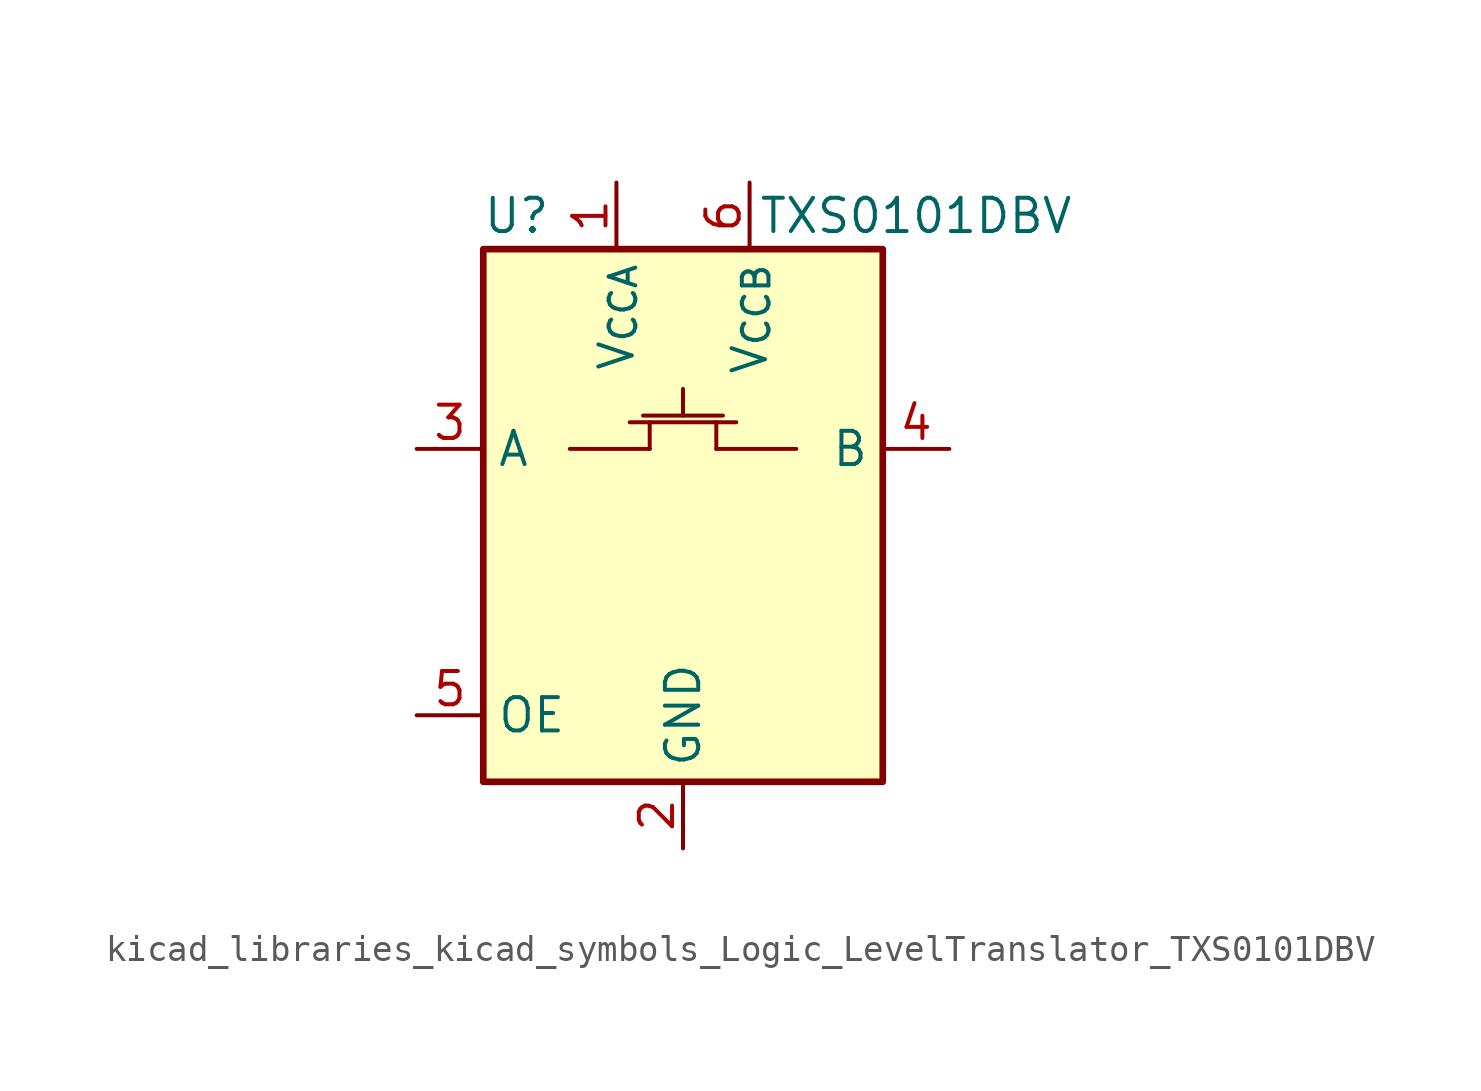
<source format=kicad_sym>
(kicad_symbol_lib
  (version 20220914)
  (generator kicad_symbol_editor)
  (symbol "kicad_libraries_kicad_symbols_Logic_LevelTranslator_TXS0101DBV"
    (property "Reference" "U"
      (at -6.35 11.43 0)
      (effects (font (size 1.27 1.27))))
    (property "Value" "TXS0101DBV"
      (at 8.89 11.43 0)
      (effects (font (size 1.27 1.27))))
    (symbol "kicad_libraries_kicad_symbols_Logic_LevelTranslator_TXS0101DBV_0_1"
      (rectangle (start -7.62 10.16) (end 7.62 -10.16) (stroke (width 0.254) (type default)) (fill (type background))))
    (symbol "kicad_libraries_kicad_symbols_Logic_LevelTranslator_TXS0101DBV_1_1"
      (polyline (pts (xy -4.318 2.54) (xy -1.27 2.54)) (stroke (width 0) (type default)) (fill (type none)))
      (polyline (pts (xy -2.032 3.556) (xy 2.032 3.556)) (stroke (width 0) (type default)) (fill (type none)))
      (polyline (pts (xy -1.524 3.81) (xy 1.524 3.81)) (stroke (width 0) (type default)) (fill (type none)))
      (polyline (pts (xy -1.27 2.54) (xy -1.27 3.556)) (stroke (width 0) (type default)) (fill (type none)))
      (polyline (pts (xy 0 3.81) (xy 0 4.826)) (stroke (width 0) (type default)) (fill (type none)))
      (polyline (pts (xy 1.27 2.54) (xy 1.27 3.556)) (stroke (width 0) (type default)) (fill (type none)))
      (polyline (pts (xy 4.318 2.54) (xy 1.27 2.54)) (stroke (width 0) (type default)) (fill (type none)))
      (pin power_in line (at -2.54 12.7 270) (length 2.54) (name "V_{CCA}" (effects (font (size 1.27 1.27)))) (number "1" (effects (font (size 1.27 1.27)))))
      (pin power_in line (at 0 -12.7 90) (length 2.54) (name "GND" (effects (font (size 1.27 1.27)))) (number "2" (effects (font (size 1.27 1.27)))))
      (pin bidirectional line (at -10.16 2.54 0) (length 2.54) (name "A" (effects (font (size 1.27 1.27)))) (number "3" (effects (font (size 1.27 1.27)))))
      (pin bidirectional line (at 10.16 2.54 180) (length 2.54) (name "B" (effects (font (size 1.27 1.27)))) (number "4" (effects (font (size 1.27 1.27)))))
      (pin input line (at -10.16 -7.62 0) (length 2.54) (name "OE" (effects (font (size 1.27 1.27)))) (number "5" (effects (font (size 1.27 1.27)))))
      (pin power_in line (at 2.54 12.7 270) (length 2.54) (name "V_{CCB}" (effects (font (size 1.27 1.27)))) (number "6" (effects (font (size 1.27 1.27))))))))
</source>
